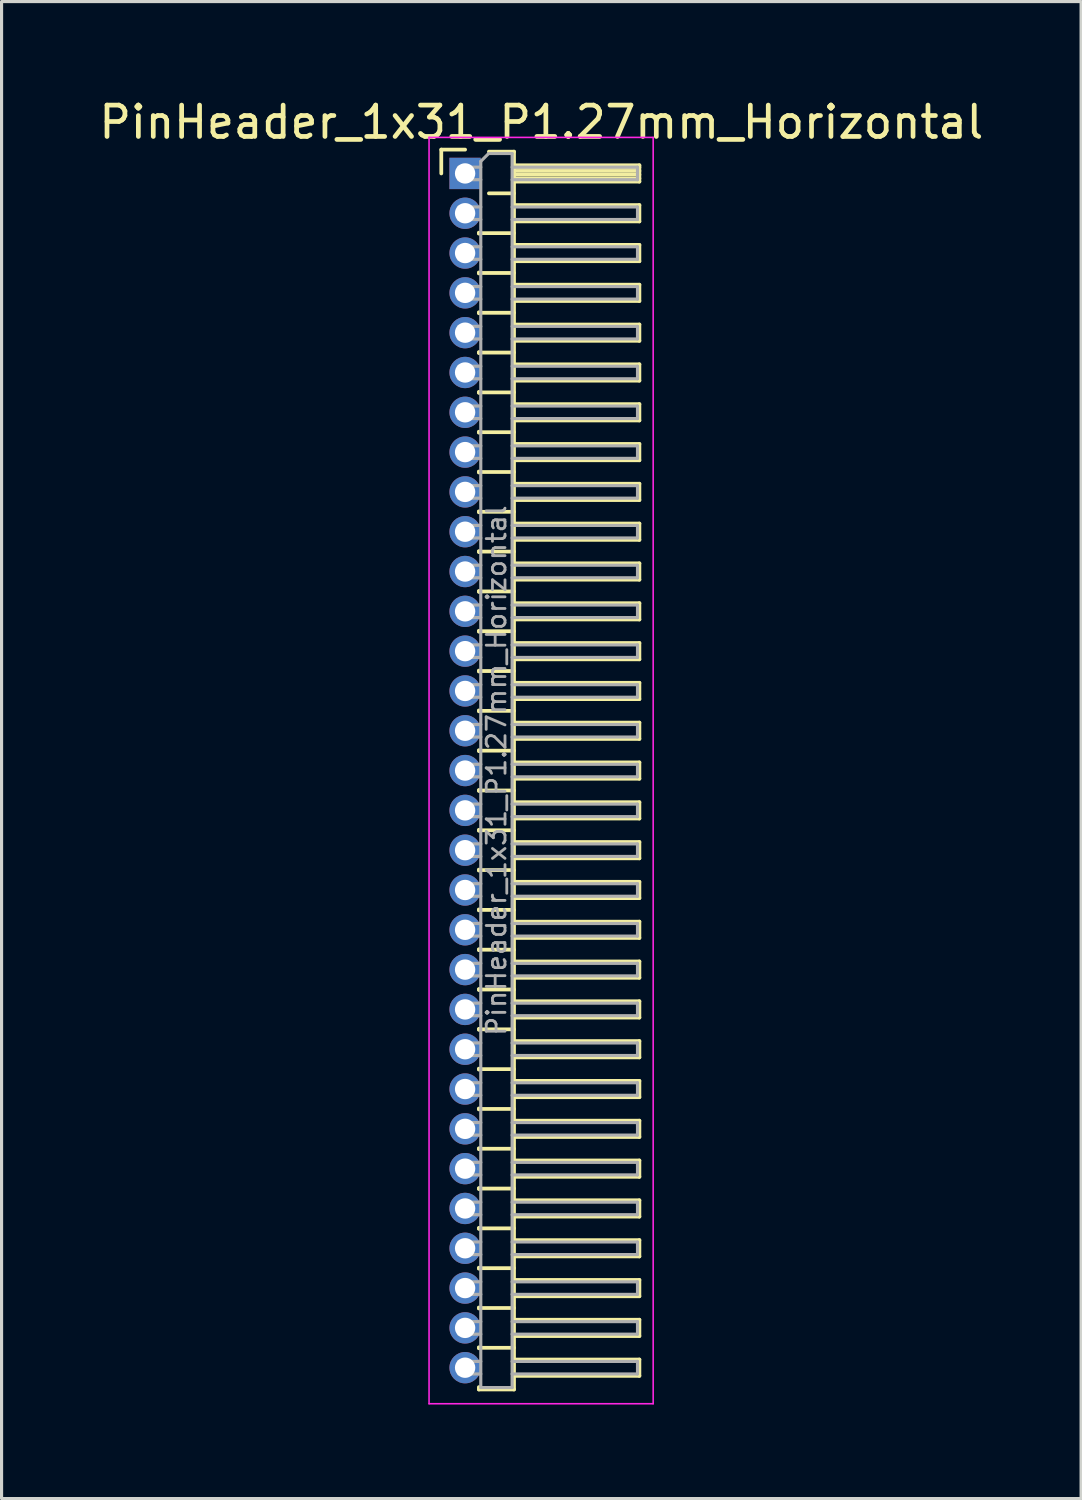
<source format=kicad_pcb>
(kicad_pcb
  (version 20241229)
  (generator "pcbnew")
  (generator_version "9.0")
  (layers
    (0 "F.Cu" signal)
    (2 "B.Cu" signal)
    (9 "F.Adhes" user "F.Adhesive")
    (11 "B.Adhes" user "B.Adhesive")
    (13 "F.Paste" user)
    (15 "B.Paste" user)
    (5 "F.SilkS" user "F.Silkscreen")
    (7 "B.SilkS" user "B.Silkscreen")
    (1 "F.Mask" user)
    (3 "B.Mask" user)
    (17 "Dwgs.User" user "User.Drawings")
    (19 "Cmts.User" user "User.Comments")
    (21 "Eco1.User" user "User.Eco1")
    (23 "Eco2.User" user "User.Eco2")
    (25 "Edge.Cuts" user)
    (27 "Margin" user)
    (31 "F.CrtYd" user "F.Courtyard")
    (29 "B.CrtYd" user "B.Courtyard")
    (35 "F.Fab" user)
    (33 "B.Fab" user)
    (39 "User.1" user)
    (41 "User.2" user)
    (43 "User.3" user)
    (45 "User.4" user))
  (footprint "PinHeader_1x31_P1.27mm_Horizontal"
    (layer "F.Cu")
    (at 11.788 2.483)
    (property "Reference" "PinHeader_1x31_P1.27mm_Horizontal" (at 2.433 -1.635 0) (layer "F.SilkS") (effects (font (size 1 1) (thickness 0.15))))
    (attr through_hole)
    (fp_line (start -0.76 -0.76) (end 0 -0.76) (stroke (width 0.12) (type solid)) (layer "F.SilkS"))
    (fp_line (start -0.76 0) (end -0.76 -0.76) (stroke (width 0.12) (type solid)) (layer "F.SilkS"))
    (fp_line (start 0.44 1.89) (end 0.44 1.92) (stroke (width 0.12) (type solid)) (layer "F.SilkS"))
    (fp_line (start 0.44 1.905) (end 1.56 1.905) (stroke (width 0.12) (type solid)) (layer "F.SilkS"))
    (fp_line (start 0.44 3.16) (end 0.44 3.19) (stroke (width 0.12) (type solid)) (layer "F.SilkS"))
    (fp_line (start 0.44 3.175) (end 1.56 3.175) (stroke (width 0.12) (type solid)) (layer "F.SilkS"))
    (fp_line (start 0.44 4.43) (end 0.44 4.46) (stroke (width 0.12) (type solid)) (layer "F.SilkS"))
    (fp_line (start 0.44 4.445) (end 1.56 4.445) (stroke (width 0.12) (type solid)) (layer "F.SilkS"))
    (fp_line (start 0.44 5.7) (end 0.44 5.73) (stroke (width 0.12) (type solid)) (layer "F.SilkS"))
    (fp_line (start 0.44 5.715) (end 1.56 5.715) (stroke (width 0.12) (type solid)) (layer "F.SilkS"))
    (fp_line (start 0.44 6.97) (end 0.44 7) (stroke (width 0.12) (type solid)) (layer "F.SilkS"))
    (fp_line (start 0.44 6.985) (end 1.56 6.985) (stroke (width 0.12) (type solid)) (layer "F.SilkS"))
    (fp_line (start 0.44 8.24) (end 0.44 8.27) (stroke (width 0.12) (type solid)) (layer "F.SilkS"))
    (fp_line (start 0.44 8.255) (end 1.56 8.255) (stroke (width 0.12) (type solid)) (layer "F.SilkS"))
    (fp_line (start 0.44 9.51) (end 0.44 9.54) (stroke (width 0.12) (type solid)) (layer "F.SilkS"))
    (fp_line (start 0.44 9.525) (end 1.56 9.525) (stroke (width 0.12) (type solid)) (layer "F.SilkS"))
    (fp_line (start 0.44 10.78) (end 0.44 10.81) (stroke (width 0.12) (type solid)) (layer "F.SilkS"))
    (fp_line (start 0.44 10.795) (end 1.56 10.795) (stroke (width 0.12) (type solid)) (layer "F.SilkS"))
    (fp_line (start 0.44 12.05) (end 0.44 12.08) (stroke (width 0.12) (type solid)) (layer "F.SilkS"))
    (fp_line (start 0.44 12.065) (end 1.56 12.065) (stroke (width 0.12) (type solid)) (layer "F.SilkS"))
    (fp_line (start 0.44 13.32) (end 0.44 13.35) (stroke (width 0.12) (type solid)) (layer "F.SilkS"))
    (fp_line (start 0.44 13.335) (end 1.56 13.335) (stroke (width 0.12) (type solid)) (layer "F.SilkS"))
    (fp_line (start 0.44 14.59) (end 0.44 14.62) (stroke (width 0.12) (type solid)) (layer "F.SilkS"))
    (fp_line (start 0.44 14.605) (end 1.56 14.605) (stroke (width 0.12) (type solid)) (layer "F.SilkS"))
    (fp_line (start 0.44 15.86) (end 0.44 15.89) (stroke (width 0.12) (type solid)) (layer "F.SilkS"))
    (fp_line (start 0.44 15.875) (end 1.56 15.875) (stroke (width 0.12) (type solid)) (layer "F.SilkS"))
    (fp_line (start 0.44 17.13) (end 0.44 17.16) (stroke (width 0.12) (type solid)) (layer "F.SilkS"))
    (fp_line (start 0.44 17.145) (end 1.56 17.145) (stroke (width 0.12) (type solid)) (layer "F.SilkS"))
    (fp_line (start 0.44 18.4) (end 0.44 18.43) (stroke (width 0.12) (type solid)) (layer "F.SilkS"))
    (fp_line (start 0.44 18.415) (end 1.56 18.415) (stroke (width 0.12) (type solid)) (layer "F.SilkS"))
    (fp_line (start 0.44 19.67) (end 0.44 19.7) (stroke (width 0.12) (type solid)) (layer "F.SilkS"))
    (fp_line (start 0.44 19.685) (end 1.56 19.685) (stroke (width 0.12) (type solid)) (layer "F.SilkS"))
    (fp_line (start 0.44 20.94) (end 0.44 20.97) (stroke (width 0.12) (type solid)) (layer "F.SilkS"))
    (fp_line (start 0.44 20.955) (end 1.56 20.955) (stroke (width 0.12) (type solid)) (layer "F.SilkS"))
    (fp_line (start 0.44 22.21) (end 0.44 22.24) (stroke (width 0.12) (type solid)) (layer "F.SilkS"))
    (fp_line (start 0.44 22.225) (end 1.56 22.225) (stroke (width 0.12) (type solid)) (layer "F.SilkS"))
    (fp_line (start 0.44 23.48) (end 0.44 23.51) (stroke (width 0.12) (type solid)) (layer "F.SilkS"))
    (fp_line (start 0.44 23.495) (end 1.56 23.495) (stroke (width 0.12) (type solid)) (layer "F.SilkS"))
    (fp_line (start 0.44 24.75) (end 0.44 24.78) (stroke (width 0.12) (type solid)) (layer "F.SilkS"))
    (fp_line (start 0.44 24.765) (end 1.56 24.765) (stroke (width 0.12) (type solid)) (layer "F.SilkS"))
    (fp_line (start 0.44 26.02) (end 0.44 26.05) (stroke (width 0.12) (type solid)) (layer "F.SilkS"))
    (fp_line (start 0.44 26.035) (end 1.56 26.035) (stroke (width 0.12) (type solid)) (layer "F.SilkS"))
    (fp_line (start 0.44 27.29) (end 0.44 27.32) (stroke (width 0.12) (type solid)) (layer "F.SilkS"))
    (fp_line (start 0.44 27.305) (end 1.56 27.305) (stroke (width 0.12) (type solid)) (layer "F.SilkS"))
    (fp_line (start 0.44 28.56) (end 0.44 28.59) (stroke (width 0.12) (type solid)) (layer "F.SilkS"))
    (fp_line (start 0.44 28.575) (end 1.56 28.575) (stroke (width 0.12) (type solid)) (layer "F.SilkS"))
    (fp_line (start 0.44 29.83) (end 0.44 29.86) (stroke (width 0.12) (type solid)) (layer "F.SilkS"))
    (fp_line (start 0.44 29.845) (end 1.56 29.845) (stroke (width 0.12) (type solid)) (layer "F.SilkS"))
    (fp_line (start 0.44 31.1) (end 0.44 31.13) (stroke (width 0.12) (type solid)) (layer "F.SilkS"))
    (fp_line (start 0.44 31.115) (end 1.56 31.115) (stroke (width 0.12) (type solid)) (layer "F.SilkS"))
    (fp_line (start 0.44 32.37) (end 0.44 32.4) (stroke (width 0.12) (type solid)) (layer "F.SilkS"))
    (fp_line (start 0.44 32.385) (end 1.56 32.385) (stroke (width 0.12) (type solid)) (layer "F.SilkS"))
    (fp_line (start 0.44 33.64) (end 0.44 33.67) (stroke (width 0.12) (type solid)) (layer "F.SilkS"))
    (fp_line (start 0.44 33.655) (end 1.56 33.655) (stroke (width 0.12) (type solid)) (layer "F.SilkS"))
    (fp_line (start 0.44 34.91) (end 0.44 34.94) (stroke (width 0.12) (type solid)) (layer "F.SilkS"))
    (fp_line (start 0.44 34.925) (end 1.56 34.925) (stroke (width 0.12) (type solid)) (layer "F.SilkS"))
    (fp_line (start 0.44 36.18) (end 0.44 36.21) (stroke (width 0.12) (type solid)) (layer "F.SilkS"))
    (fp_line (start 0.44 36.195) (end 1.56 36.195) (stroke (width 0.12) (type solid)) (layer "F.SilkS"))
    (fp_line (start 0.44 37.45) (end 0.44 37.48) (stroke (width 0.12) (type solid)) (layer "F.SilkS"))
    (fp_line (start 0.44 37.465) (end 1.56 37.465) (stroke (width 0.12) (type solid)) (layer "F.SilkS"))
    (fp_line (start 0.44 38.795) (end 0.44 38.72) (stroke (width 0.12) (type solid)) (layer "F.SilkS"))
    (fp_line (start 0.76 -0.695) (end 1.56 -0.695) (stroke (width 0.12) (type solid)) (layer "F.SilkS"))
    (fp_line (start 0.76 0.635) (end 1.56 0.635) (stroke (width 0.12) (type solid)) (layer "F.SilkS"))
    (fp_line (start 1.56 -0.695) (end 1.56 38.795) (stroke (width 0.12) (type solid)) (layer "F.SilkS"))
    (fp_line (start 1.56 -0.26) (end 5.56 -0.26) (stroke (width 0.12) (type solid)) (layer "F.SilkS"))
    (fp_line (start 1.56 -0.2) (end 5.56 -0.2) (stroke (width 0.12) (type solid)) (layer "F.SilkS"))
    (fp_line (start 1.56 -0.08) (end 5.56 -0.08) (stroke (width 0.12) (type solid)) (layer "F.SilkS"))
    (fp_line (start 1.56 0.04) (end 5.56 0.04) (stroke (width 0.12) (type solid)) (layer "F.SilkS"))
    (fp_line (start 1.56 0.16) (end 5.56 0.16) (stroke (width 0.12) (type solid)) (layer "F.SilkS"))
    (fp_line (start 1.56 1.01) (end 5.56 1.01) (stroke (width 0.12) (type solid)) (layer "F.SilkS"))
    (fp_line (start 1.56 2.28) (end 5.56 2.28) (stroke (width 0.12) (type solid)) (layer "F.SilkS"))
    (fp_line (start 1.56 3.55) (end 5.56 3.55) (stroke (width 0.12) (type solid)) (layer "F.SilkS"))
    (fp_line (start 1.56 4.82) (end 5.56 4.82) (stroke (width 0.12) (type solid)) (layer "F.SilkS"))
    (fp_line (start 1.56 6.09) (end 5.56 6.09) (stroke (width 0.12) (type solid)) (layer "F.SilkS"))
    (fp_line (start 1.56 7.36) (end 5.56 7.36) (stroke (width 0.12) (type solid)) (layer "F.SilkS"))
    (fp_line (start 1.56 8.63) (end 5.56 8.63) (stroke (width 0.12) (type solid)) (layer "F.SilkS"))
    (fp_line (start 1.56 9.9) (end 5.56 9.9) (stroke (width 0.12) (type solid)) (layer "F.SilkS"))
    (fp_line (start 1.56 11.17) (end 5.56 11.17) (stroke (width 0.12) (type solid)) (layer "F.SilkS"))
    (fp_line (start 1.56 12.44) (end 5.56 12.44) (stroke (width 0.12) (type solid)) (layer "F.SilkS"))
    (fp_line (start 1.56 13.71) (end 5.56 13.71) (stroke (width 0.12) (type solid)) (layer "F.SilkS"))
    (fp_line (start 1.56 14.98) (end 5.56 14.98) (stroke (width 0.12) (type solid)) (layer "F.SilkS"))
    (fp_line (start 1.56 16.25) (end 5.56 16.25) (stroke (width 0.12) (type solid)) (layer "F.SilkS"))
    (fp_line (start 1.56 17.52) (end 5.56 17.52) (stroke (width 0.12) (type solid)) (layer "F.SilkS"))
    (fp_line (start 1.56 18.79) (end 5.56 18.79) (stroke (width 0.12) (type solid)) (layer "F.SilkS"))
    (fp_line (start 1.56 20.06) (end 5.56 20.06) (stroke (width 0.12) (type solid)) (layer "F.SilkS"))
    (fp_line (start 1.56 21.33) (end 5.56 21.33) (stroke (width 0.12) (type solid)) (layer "F.SilkS"))
    (fp_line (start 1.56 22.6) (end 5.56 22.6) (stroke (width 0.12) (type solid)) (layer "F.SilkS"))
    (fp_line (start 1.56 23.87) (end 5.56 23.87) (stroke (width 0.12) (type solid)) (layer "F.SilkS"))
    (fp_line (start 1.56 25.14) (end 5.56 25.14) (stroke (width 0.12) (type solid)) (layer "F.SilkS"))
    (fp_line (start 1.56 26.41) (end 5.56 26.41) (stroke (width 0.12) (type solid)) (layer "F.SilkS"))
    (fp_line (start 1.56 27.68) (end 5.56 27.68) (stroke (width 0.12) (type solid)) (layer "F.SilkS"))
    (fp_line (start 1.56 28.95) (end 5.56 28.95) (stroke (width 0.12) (type solid)) (layer "F.SilkS"))
    (fp_line (start 1.56 30.22) (end 5.56 30.22) (stroke (width 0.12) (type solid)) (layer "F.SilkS"))
    (fp_line (start 1.56 31.49) (end 5.56 31.49) (stroke (width 0.12) (type solid)) (layer "F.SilkS"))
    (fp_line (start 1.56 32.76) (end 5.56 32.76) (stroke (width 0.12) (type solid)) (layer "F.SilkS"))
    (fp_line (start 1.56 34.03) (end 5.56 34.03) (stroke (width 0.12) (type solid)) (layer "F.SilkS"))
    (fp_line (start 1.56 35.3) (end 5.56 35.3) (stroke (width 0.12) (type solid)) (layer "F.SilkS"))
    (fp_line (start 1.56 36.57) (end 5.56 36.57) (stroke (width 0.12) (type solid)) (layer "F.SilkS"))
    (fp_line (start 1.56 37.84) (end 5.56 37.84) (stroke (width 0.12) (type solid)) (layer "F.SilkS"))
    (fp_line (start 1.56 38.795) (end 0.44 38.795) (stroke (width 0.12) (type solid)) (layer "F.SilkS"))
    (fp_line (start 5.56 -0.26) (end 5.56 0.26) (stroke (width 0.12) (type solid)) (layer "F.SilkS"))
    (fp_line (start 5.56 0.26) (end 1.56 0.26) (stroke (width 0.12) (type solid)) (layer "F.SilkS"))
    (fp_line (start 5.56 1.01) (end 5.56 1.53) (stroke (width 0.12) (type solid)) (layer "F.SilkS"))
    (fp_line (start 5.56 1.53) (end 1.56 1.53) (stroke (width 0.12) (type solid)) (layer "F.SilkS"))
    (fp_line (start 5.56 2.28) (end 5.56 2.8) (stroke (width 0.12) (type solid)) (layer "F.SilkS"))
    (fp_line (start 5.56 2.8) (end 1.56 2.8) (stroke (width 0.12) (type solid)) (layer "F.SilkS"))
    (fp_line (start 5.56 3.55) (end 5.56 4.07) (stroke (width 0.12) (type solid)) (layer "F.SilkS"))
    (fp_line (start 5.56 4.07) (end 1.56 4.07) (stroke (width 0.12) (type solid)) (layer "F.SilkS"))
    (fp_line (start 5.56 4.82) (end 5.56 5.34) (stroke (width 0.12) (type solid)) (layer "F.SilkS"))
    (fp_line (start 5.56 5.34) (end 1.56 5.34) (stroke (width 0.12) (type solid)) (layer "F.SilkS"))
    (fp_line (start 5.56 6.09) (end 5.56 6.61) (stroke (width 0.12) (type solid)) (layer "F.SilkS"))
    (fp_line (start 5.56 6.61) (end 1.56 6.61) (stroke (width 0.12) (type solid)) (layer "F.SilkS"))
    (fp_line (start 5.56 7.36) (end 5.56 7.88) (stroke (width 0.12) (type solid)) (layer "F.SilkS"))
    (fp_line (start 5.56 7.88) (end 1.56 7.88) (stroke (width 0.12) (type solid)) (layer "F.SilkS"))
    (fp_line (start 5.56 8.63) (end 5.56 9.15) (stroke (width 0.12) (type solid)) (layer "F.SilkS"))
    (fp_line (start 5.56 9.15) (end 1.56 9.15) (stroke (width 0.12) (type solid)) (layer "F.SilkS"))
    (fp_line (start 5.56 9.9) (end 5.56 10.42) (stroke (width 0.12) (type solid)) (layer "F.SilkS"))
    (fp_line (start 5.56 10.42) (end 1.56 10.42) (stroke (width 0.12) (type solid)) (layer "F.SilkS"))
    (fp_line (start 5.56 11.17) (end 5.56 11.69) (stroke (width 0.12) (type solid)) (layer "F.SilkS"))
    (fp_line (start 5.56 11.69) (end 1.56 11.69) (stroke (width 0.12) (type solid)) (layer "F.SilkS"))
    (fp_line (start 5.56 12.44) (end 5.56 12.96) (stroke (width 0.12) (type solid)) (layer "F.SilkS"))
    (fp_line (start 5.56 12.96) (end 1.56 12.96) (stroke (width 0.12) (type solid)) (layer "F.SilkS"))
    (fp_line (start 5.56 13.71) (end 5.56 14.23) (stroke (width 0.12) (type solid)) (layer "F.SilkS"))
    (fp_line (start 5.56 14.23) (end 1.56 14.23) (stroke (width 0.12) (type solid)) (layer "F.SilkS"))
    (fp_line (start 5.56 14.98) (end 5.56 15.5) (stroke (width 0.12) (type solid)) (layer "F.SilkS"))
    (fp_line (start 5.56 15.5) (end 1.56 15.5) (stroke (width 0.12) (type solid)) (layer "F.SilkS"))
    (fp_line (start 5.56 16.25) (end 5.56 16.77) (stroke (width 0.12) (type solid)) (layer "F.SilkS"))
    (fp_line (start 5.56 16.77) (end 1.56 16.77) (stroke (width 0.12) (type solid)) (layer "F.SilkS"))
    (fp_line (start 5.56 17.52) (end 5.56 18.04) (stroke (width 0.12) (type solid)) (layer "F.SilkS"))
    (fp_line (start 5.56 18.04) (end 1.56 18.04) (stroke (width 0.12) (type solid)) (layer "F.SilkS"))
    (fp_line (start 5.56 18.79) (end 5.56 19.31) (stroke (width 0.12) (type solid)) (layer "F.SilkS"))
    (fp_line (start 5.56 19.31) (end 1.56 19.31) (stroke (width 0.12) (type solid)) (layer "F.SilkS"))
    (fp_line (start 5.56 20.06) (end 5.56 20.58) (stroke (width 0.12) (type solid)) (layer "F.SilkS"))
    (fp_line (start 5.56 20.58) (end 1.56 20.58) (stroke (width 0.12) (type solid)) (layer "F.SilkS"))
    (fp_line (start 5.56 21.33) (end 5.56 21.85) (stroke (width 0.12) (type solid)) (layer "F.SilkS"))
    (fp_line (start 5.56 21.85) (end 1.56 21.85) (stroke (width 0.12) (type solid)) (layer "F.SilkS"))
    (fp_line (start 5.56 22.6) (end 5.56 23.12) (stroke (width 0.12) (type solid)) (layer "F.SilkS"))
    (fp_line (start 5.56 23.12) (end 1.56 23.12) (stroke (width 0.12) (type solid)) (layer "F.SilkS"))
    (fp_line (start 5.56 23.87) (end 5.56 24.39) (stroke (width 0.12) (type solid)) (layer "F.SilkS"))
    (fp_line (start 5.56 24.39) (end 1.56 24.39) (stroke (width 0.12) (type solid)) (layer "F.SilkS"))
    (fp_line (start 5.56 25.14) (end 5.56 25.66) (stroke (width 0.12) (type solid)) (layer "F.SilkS"))
    (fp_line (start 5.56 25.66) (end 1.56 25.66) (stroke (width 0.12) (type solid)) (layer "F.SilkS"))
    (fp_line (start 5.56 26.41) (end 5.56 26.93) (stroke (width 0.12) (type solid)) (layer "F.SilkS"))
    (fp_line (start 5.56 26.93) (end 1.56 26.93) (stroke (width 0.12) (type solid)) (layer "F.SilkS"))
    (fp_line (start 5.56 27.68) (end 5.56 28.2) (stroke (width 0.12) (type solid)) (layer "F.SilkS"))
    (fp_line (start 5.56 28.2) (end 1.56 28.2) (stroke (width 0.12) (type solid)) (layer "F.SilkS"))
    (fp_line (start 5.56 28.95) (end 5.56 29.47) (stroke (width 0.12) (type solid)) (layer "F.SilkS"))
    (fp_line (start 5.56 29.47) (end 1.56 29.47) (stroke (width 0.12) (type solid)) (layer "F.SilkS"))
    (fp_line (start 5.56 30.22) (end 5.56 30.74) (stroke (width 0.12) (type solid)) (layer "F.SilkS"))
    (fp_line (start 5.56 30.74) (end 1.56 30.74) (stroke (width 0.12) (type solid)) (layer "F.SilkS"))
    (fp_line (start 5.56 31.49) (end 5.56 32.01) (stroke (width 0.12) (type solid)) (layer "F.SilkS"))
    (fp_line (start 5.56 32.01) (end 1.56 32.01) (stroke (width 0.12) (type solid)) (layer "F.SilkS"))
    (fp_line (start 5.56 32.76) (end 5.56 33.28) (stroke (width 0.12) (type solid)) (layer "F.SilkS"))
    (fp_line (start 5.56 33.28) (end 1.56 33.28) (stroke (width 0.12) (type solid)) (layer "F.SilkS"))
    (fp_line (start 5.56 34.03) (end 5.56 34.55) (stroke (width 0.12) (type solid)) (layer "F.SilkS"))
    (fp_line (start 5.56 34.55) (end 1.56 34.55) (stroke (width 0.12) (type solid)) (layer "F.SilkS"))
    (fp_line (start 5.56 35.3) (end 5.56 35.82) (stroke (width 0.12) (type solid)) (layer "F.SilkS"))
    (fp_line (start 5.56 35.82) (end 1.56 35.82) (stroke (width 0.12) (type solid)) (layer "F.SilkS"))
    (fp_line (start 5.56 36.57) (end 5.56 37.09) (stroke (width 0.12) (type solid)) (layer "F.SilkS"))
    (fp_line (start 5.56 37.09) (end 1.56 37.09) (stroke (width 0.12) (type solid)) (layer "F.SilkS"))
    (fp_line (start 5.56 37.84) (end 5.56 38.36) (stroke (width 0.12) (type solid)) (layer "F.SilkS"))
    (fp_line (start 5.56 38.36) (end 1.56 38.36) (stroke (width 0.12) (type solid)) (layer "F.SilkS"))
    (fp_line (start -1.15 -1.15) (end -1.15 39.25) (stroke (width 0.05) (type solid)) (layer "F.CrtYd"))
    (fp_line (start -1.15 39.25) (end 6 39.25) (stroke (width 0.05) (type solid)) (layer "F.CrtYd"))
    (fp_line (start 6 -1.15) (end -1.15 -1.15) (stroke (width 0.05) (type solid)) (layer "F.CrtYd"))
    (fp_line (start 6 39.25) (end 6 -1.15) (stroke (width 0.05) (type solid)) (layer "F.CrtYd"))
    (fp_line (start -0.2 -0.2) (end -0.2 0.2) (stroke (width 0.1) (type solid)) (layer "F.Fab"))
    (fp_line (start -0.2 -0.2) (end 0.5 -0.2) (stroke (width 0.1) (type solid)) (layer "F.Fab"))
    (fp_line (start -0.2 0.2) (end 0.5 0.2) (stroke (width 0.1) (type solid)) (layer "F.Fab"))
    (fp_line (start -0.2 1.07) (end -0.2 1.47) (stroke (width 0.1) (type solid)) (layer "F.Fab"))
    (fp_line (start -0.2 1.07) (end 0.5 1.07) (stroke (width 0.1) (type solid)) (layer "F.Fab"))
    (fp_line (start -0.2 1.47) (end 0.5 1.47) (stroke (width 0.1) (type solid)) (layer "F.Fab"))
    (fp_line (start -0.2 2.34) (end -0.2 2.74) (stroke (width 0.1) (type solid)) (layer "F.Fab"))
    (fp_line (start -0.2 2.34) (end 0.5 2.34) (stroke (width 0.1) (type solid)) (layer "F.Fab"))
    (fp_line (start -0.2 2.74) (end 0.5 2.74) (stroke (width 0.1) (type solid)) (layer "F.Fab"))
    (fp_line (start -0.2 3.61) (end -0.2 4.01) (stroke (width 0.1) (type solid)) (layer "F.Fab"))
    (fp_line (start -0.2 3.61) (end 0.5 3.61) (stroke (width 0.1) (type solid)) (layer "F.Fab"))
    (fp_line (start -0.2 4.01) (end 0.5 4.01) (stroke (width 0.1) (type solid)) (layer "F.Fab"))
    (fp_line (start -0.2 4.88) (end -0.2 5.28) (stroke (width 0.1) (type solid)) (layer "F.Fab"))
    (fp_line (start -0.2 4.88) (end 0.5 4.88) (stroke (width 0.1) (type solid)) (layer "F.Fab"))
    (fp_line (start -0.2 5.28) (end 0.5 5.28) (stroke (width 0.1) (type solid)) (layer "F.Fab"))
    (fp_line (start -0.2 6.15) (end -0.2 6.55) (stroke (width 0.1) (type solid)) (layer "F.Fab"))
    (fp_line (start -0.2 6.15) (end 0.5 6.15) (stroke (width 0.1) (type solid)) (layer "F.Fab"))
    (fp_line (start -0.2 6.55) (end 0.5 6.55) (stroke (width 0.1) (type solid)) (layer "F.Fab"))
    (fp_line (start -0.2 7.42) (end -0.2 7.82) (stroke (width 0.1) (type solid)) (layer "F.Fab"))
    (fp_line (start -0.2 7.42) (end 0.5 7.42) (stroke (width 0.1) (type solid)) (layer "F.Fab"))
    (fp_line (start -0.2 7.82) (end 0.5 7.82) (stroke (width 0.1) (type solid)) (layer "F.Fab"))
    (fp_line (start -0.2 8.69) (end -0.2 9.09) (stroke (width 0.1) (type solid)) (layer "F.Fab"))
    (fp_line (start -0.2 8.69) (end 0.5 8.69) (stroke (width 0.1) (type solid)) (layer "F.Fab"))
    (fp_line (start -0.2 9.09) (end 0.5 9.09) (stroke (width 0.1) (type solid)) (layer "F.Fab"))
    (fp_line (start -0.2 9.96) (end -0.2 10.36) (stroke (width 0.1) (type solid)) (layer "F.Fab"))
    (fp_line (start -0.2 9.96) (end 0.5 9.96) (stroke (width 0.1) (type solid)) (layer "F.Fab"))
    (fp_line (start -0.2 10.36) (end 0.5 10.36) (stroke (width 0.1) (type solid)) (layer "F.Fab"))
    (fp_line (start -0.2 11.23) (end -0.2 11.63) (stroke (width 0.1) (type solid)) (layer "F.Fab"))
    (fp_line (start -0.2 11.23) (end 0.5 11.23) (stroke (width 0.1) (type solid)) (layer "F.Fab"))
    (fp_line (start -0.2 11.63) (end 0.5 11.63) (stroke (width 0.1) (type solid)) (layer "F.Fab"))
    (fp_line (start -0.2 12.5) (end -0.2 12.9) (stroke (width 0.1) (type solid)) (layer "F.Fab"))
    (fp_line (start -0.2 12.5) (end 0.5 12.5) (stroke (width 0.1) (type solid)) (layer "F.Fab"))
    (fp_line (start -0.2 12.9) (end 0.5 12.9) (stroke (width 0.1) (type solid)) (layer "F.Fab"))
    (fp_line (start -0.2 13.77) (end -0.2 14.17) (stroke (width 0.1) (type solid)) (layer "F.Fab"))
    (fp_line (start -0.2 13.77) (end 0.5 13.77) (stroke (width 0.1) (type solid)) (layer "F.Fab"))
    (fp_line (start -0.2 14.17) (end 0.5 14.17) (stroke (width 0.1) (type solid)) (layer "F.Fab"))
    (fp_line (start -0.2 15.04) (end -0.2 15.44) (stroke (width 0.1) (type solid)) (layer "F.Fab"))
    (fp_line (start -0.2 15.04) (end 0.5 15.04) (stroke (width 0.1) (type solid)) (layer "F.Fab"))
    (fp_line (start -0.2 15.44) (end 0.5 15.44) (stroke (width 0.1) (type solid)) (layer "F.Fab"))
    (fp_line (start -0.2 16.31) (end -0.2 16.71) (stroke (width 0.1) (type solid)) (layer "F.Fab"))
    (fp_line (start -0.2 16.31) (end 0.5 16.31) (stroke (width 0.1) (type solid)) (layer "F.Fab"))
    (fp_line (start -0.2 16.71) (end 0.5 16.71) (stroke (width 0.1) (type solid)) (layer "F.Fab"))
    (fp_line (start -0.2 17.58) (end -0.2 17.98) (stroke (width 0.1) (type solid)) (layer "F.Fab"))
    (fp_line (start -0.2 17.58) (end 0.5 17.58) (stroke (width 0.1) (type solid)) (layer "F.Fab"))
    (fp_line (start -0.2 17.98) (end 0.5 17.98) (stroke (width 0.1) (type solid)) (layer "F.Fab"))
    (fp_line (start -0.2 18.85) (end -0.2 19.25) (stroke (width 0.1) (type solid)) (layer "F.Fab"))
    (fp_line (start -0.2 18.85) (end 0.5 18.85) (stroke (width 0.1) (type solid)) (layer "F.Fab"))
    (fp_line (start -0.2 19.25) (end 0.5 19.25) (stroke (width 0.1) (type solid)) (layer "F.Fab"))
    (fp_line (start -0.2 20.12) (end -0.2 20.52) (stroke (width 0.1) (type solid)) (layer "F.Fab"))
    (fp_line (start -0.2 20.12) (end 0.5 20.12) (stroke (width 0.1) (type solid)) (layer "F.Fab"))
    (fp_line (start -0.2 20.52) (end 0.5 20.52) (stroke (width 0.1) (type solid)) (layer "F.Fab"))
    (fp_line (start -0.2 21.39) (end -0.2 21.79) (stroke (width 0.1) (type solid)) (layer "F.Fab"))
    (fp_line (start -0.2 21.39) (end 0.5 21.39) (stroke (width 0.1) (type solid)) (layer "F.Fab"))
    (fp_line (start -0.2 21.79) (end 0.5 21.79) (stroke (width 0.1) (type solid)) (layer "F.Fab"))
    (fp_line (start -0.2 22.66) (end -0.2 23.06) (stroke (width 0.1) (type solid)) (layer "F.Fab"))
    (fp_line (start -0.2 22.66) (end 0.5 22.66) (stroke (width 0.1) (type solid)) (layer "F.Fab"))
    (fp_line (start -0.2 23.06) (end 0.5 23.06) (stroke (width 0.1) (type solid)) (layer "F.Fab"))
    (fp_line (start -0.2 23.93) (end -0.2 24.33) (stroke (width 0.1) (type solid)) (layer "F.Fab"))
    (fp_line (start -0.2 23.93) (end 0.5 23.93) (stroke (width 0.1) (type solid)) (layer "F.Fab"))
    (fp_line (start -0.2 24.33) (end 0.5 24.33) (stroke (width 0.1) (type solid)) (layer "F.Fab"))
    (fp_line (start -0.2 25.2) (end -0.2 25.6) (stroke (width 0.1) (type solid)) (layer "F.Fab"))
    (fp_line (start -0.2 25.2) (end 0.5 25.2) (stroke (width 0.1) (type solid)) (layer "F.Fab"))
    (fp_line (start -0.2 25.6) (end 0.5 25.6) (stroke (width 0.1) (type solid)) (layer "F.Fab"))
    (fp_line (start -0.2 26.47) (end -0.2 26.87) (stroke (width 0.1) (type solid)) (layer "F.Fab"))
    (fp_line (start -0.2 26.47) (end 0.5 26.47) (stroke (width 0.1) (type solid)) (layer "F.Fab"))
    (fp_line (start -0.2 26.87) (end 0.5 26.87) (stroke (width 0.1) (type solid)) (layer "F.Fab"))
    (fp_line (start -0.2 27.74) (end -0.2 28.14) (stroke (width 0.1) (type solid)) (layer "F.Fab"))
    (fp_line (start -0.2 27.74) (end 0.5 27.74) (stroke (width 0.1) (type solid)) (layer "F.Fab"))
    (fp_line (start -0.2 28.14) (end 0.5 28.14) (stroke (width 0.1) (type solid)) (layer "F.Fab"))
    (fp_line (start -0.2 29.01) (end -0.2 29.41) (stroke (width 0.1) (type solid)) (layer "F.Fab"))
    (fp_line (start -0.2 29.01) (end 0.5 29.01) (stroke (width 0.1) (type solid)) (layer "F.Fab"))
    (fp_line (start -0.2 29.41) (end 0.5 29.41) (stroke (width 0.1) (type solid)) (layer "F.Fab"))
    (fp_line (start -0.2 30.28) (end -0.2 30.68) (stroke (width 0.1) (type solid)) (layer "F.Fab"))
    (fp_line (start -0.2 30.28) (end 0.5 30.28) (stroke (width 0.1) (type solid)) (layer "F.Fab"))
    (fp_line (start -0.2 30.68) (end 0.5 30.68) (stroke (width 0.1) (type solid)) (layer "F.Fab"))
    (fp_line (start -0.2 31.55) (end -0.2 31.95) (stroke (width 0.1) (type solid)) (layer "F.Fab"))
    (fp_line (start -0.2 31.55) (end 0.5 31.55) (stroke (width 0.1) (type solid)) (layer "F.Fab"))
    (fp_line (start -0.2 31.95) (end 0.5 31.95) (stroke (width 0.1) (type solid)) (layer "F.Fab"))
    (fp_line (start -0.2 32.82) (end -0.2 33.22) (stroke (width 0.1) (type solid)) (layer "F.Fab"))
    (fp_line (start -0.2 32.82) (end 0.5 32.82) (stroke (width 0.1) (type solid)) (layer "F.Fab"))
    (fp_line (start -0.2 33.22) (end 0.5 33.22) (stroke (width 0.1) (type solid)) (layer "F.Fab"))
    (fp_line (start -0.2 34.09) (end -0.2 34.49) (stroke (width 0.1) (type solid)) (layer "F.Fab"))
    (fp_line (start -0.2 34.09) (end 0.5 34.09) (stroke (width 0.1) (type solid)) (layer "F.Fab"))
    (fp_line (start -0.2 34.49) (end 0.5 34.49) (stroke (width 0.1) (type solid)) (layer "F.Fab"))
    (fp_line (start -0.2 35.36) (end -0.2 35.76) (stroke (width 0.1) (type solid)) (layer "F.Fab"))
    (fp_line (start -0.2 35.36) (end 0.5 35.36) (stroke (width 0.1) (type solid)) (layer "F.Fab"))
    (fp_line (start -0.2 35.76) (end 0.5 35.76) (stroke (width 0.1) (type solid)) (layer "F.Fab"))
    (fp_line (start -0.2 36.63) (end -0.2 37.03) (stroke (width 0.1) (type solid)) (layer "F.Fab"))
    (fp_line (start -0.2 36.63) (end 0.5 36.63) (stroke (width 0.1) (type solid)) (layer "F.Fab"))
    (fp_line (start -0.2 37.03) (end 0.5 37.03) (stroke (width 0.1) (type solid)) (layer "F.Fab"))
    (fp_line (start -0.2 37.9) (end -0.2 38.3) (stroke (width 0.1) (type solid)) (layer "F.Fab"))
    (fp_line (start -0.2 37.9) (end 0.5 37.9) (stroke (width 0.1) (type solid)) (layer "F.Fab"))
    (fp_line (start -0.2 38.3) (end 0.5 38.3) (stroke (width 0.1) (type solid)) (layer "F.Fab"))
    (fp_line (start 0.5 -0.385) (end 0.75 -0.635) (stroke (width 0.1) (type solid)) (layer "F.Fab"))
    (fp_line (start 0.5 38.735) (end 0.5 -0.385) (stroke (width 0.1) (type solid)) (layer "F.Fab"))
    (fp_line (start 0.75 -0.635) (end 1.5 -0.635) (stroke (width 0.1) (type solid)) (layer "F.Fab"))
    (fp_line (start 1.5 -0.635) (end 1.5 38.735) (stroke (width 0.1) (type solid)) (layer "F.Fab"))
    (fp_line (start 1.5 -0.2) (end 5.5 -0.2) (stroke (width 0.1) (type solid)) (layer "F.Fab"))
    (fp_line (start 1.5 0.2) (end 5.5 0.2) (stroke (width 0.1) (type solid)) (layer "F.Fab"))
    (fp_line (start 1.5 1.07) (end 5.5 1.07) (stroke (width 0.1) (type solid)) (layer "F.Fab"))
    (fp_line (start 1.5 1.47) (end 5.5 1.47) (stroke (width 0.1) (type solid)) (layer "F.Fab"))
    (fp_line (start 1.5 2.34) (end 5.5 2.34) (stroke (width 0.1) (type solid)) (layer "F.Fab"))
    (fp_line (start 1.5 2.74) (end 5.5 2.74) (stroke (width 0.1) (type solid)) (layer "F.Fab"))
    (fp_line (start 1.5 3.61) (end 5.5 3.61) (stroke (width 0.1) (type solid)) (layer "F.Fab"))
    (fp_line (start 1.5 4.01) (end 5.5 4.01) (stroke (width 0.1) (type solid)) (layer "F.Fab"))
    (fp_line (start 1.5 4.88) (end 5.5 4.88) (stroke (width 0.1) (type solid)) (layer "F.Fab"))
    (fp_line (start 1.5 5.28) (end 5.5 5.28) (stroke (width 0.1) (type solid)) (layer "F.Fab"))
    (fp_line (start 1.5 6.15) (end 5.5 6.15) (stroke (width 0.1) (type solid)) (layer "F.Fab"))
    (fp_line (start 1.5 6.55) (end 5.5 6.55) (stroke (width 0.1) (type solid)) (layer "F.Fab"))
    (fp_line (start 1.5 7.42) (end 5.5 7.42) (stroke (width 0.1) (type solid)) (layer "F.Fab"))
    (fp_line (start 1.5 7.82) (end 5.5 7.82) (stroke (width 0.1) (type solid)) (layer "F.Fab"))
    (fp_line (start 1.5 8.69) (end 5.5 8.69) (stroke (width 0.1) (type solid)) (layer "F.Fab"))
    (fp_line (start 1.5 9.09) (end 5.5 9.09) (stroke (width 0.1) (type solid)) (layer "F.Fab"))
    (fp_line (start 1.5 9.96) (end 5.5 9.96) (stroke (width 0.1) (type solid)) (layer "F.Fab"))
    (fp_line (start 1.5 10.36) (end 5.5 10.36) (stroke (width 0.1) (type solid)) (layer "F.Fab"))
    (fp_line (start 1.5 11.23) (end 5.5 11.23) (stroke (width 0.1) (type solid)) (layer "F.Fab"))
    (fp_line (start 1.5 11.63) (end 5.5 11.63) (stroke (width 0.1) (type solid)) (layer "F.Fab"))
    (fp_line (start 1.5 12.5) (end 5.5 12.5) (stroke (width 0.1) (type solid)) (layer "F.Fab"))
    (fp_line (start 1.5 12.9) (end 5.5 12.9) (stroke (width 0.1) (type solid)) (layer "F.Fab"))
    (fp_line (start 1.5 13.77) (end 5.5 13.77) (stroke (width 0.1) (type solid)) (layer "F.Fab"))
    (fp_line (start 1.5 14.17) (end 5.5 14.17) (stroke (width 0.1) (type solid)) (layer "F.Fab"))
    (fp_line (start 1.5 15.04) (end 5.5 15.04) (stroke (width 0.1) (type solid)) (layer "F.Fab"))
    (fp_line (start 1.5 15.44) (end 5.5 15.44) (stroke (width 0.1) (type solid)) (layer "F.Fab"))
    (fp_line (start 1.5 16.31) (end 5.5 16.31) (stroke (width 0.1) (type solid)) (layer "F.Fab"))
    (fp_line (start 1.5 16.71) (end 5.5 16.71) (stroke (width 0.1) (type solid)) (layer "F.Fab"))
    (fp_line (start 1.5 17.58) (end 5.5 17.58) (stroke (width 0.1) (type solid)) (layer "F.Fab"))
    (fp_line (start 1.5 17.98) (end 5.5 17.98) (stroke (width 0.1) (type solid)) (layer "F.Fab"))
    (fp_line (start 1.5 18.85) (end 5.5 18.85) (stroke (width 0.1) (type solid)) (layer "F.Fab"))
    (fp_line (start 1.5 19.25) (end 5.5 19.25) (stroke (width 0.1) (type solid)) (layer "F.Fab"))
    (fp_line (start 1.5 20.12) (end 5.5 20.12) (stroke (width 0.1) (type solid)) (layer "F.Fab"))
    (fp_line (start 1.5 20.52) (end 5.5 20.52) (stroke (width 0.1) (type solid)) (layer "F.Fab"))
    (fp_line (start 1.5 21.39) (end 5.5 21.39) (stroke (width 0.1) (type solid)) (layer "F.Fab"))
    (fp_line (start 1.5 21.79) (end 5.5 21.79) (stroke (width 0.1) (type solid)) (layer "F.Fab"))
    (fp_line (start 1.5 22.66) (end 5.5 22.66) (stroke (width 0.1) (type solid)) (layer "F.Fab"))
    (fp_line (start 1.5 23.06) (end 5.5 23.06) (stroke (width 0.1) (type solid)) (layer "F.Fab"))
    (fp_line (start 1.5 23.93) (end 5.5 23.93) (stroke (width 0.1) (type solid)) (layer "F.Fab"))
    (fp_line (start 1.5 24.33) (end 5.5 24.33) (stroke (width 0.1) (type solid)) (layer "F.Fab"))
    (fp_line (start 1.5 25.2) (end 5.5 25.2) (stroke (width 0.1) (type solid)) (layer "F.Fab"))
    (fp_line (start 1.5 25.6) (end 5.5 25.6) (stroke (width 0.1) (type solid)) (layer "F.Fab"))
    (fp_line (start 1.5 26.47) (end 5.5 26.47) (stroke (width 0.1) (type solid)) (layer "F.Fab"))
    (fp_line (start 1.5 26.87) (end 5.5 26.87) (stroke (width 0.1) (type solid)) (layer "F.Fab"))
    (fp_line (start 1.5 27.74) (end 5.5 27.74) (stroke (width 0.1) (type solid)) (layer "F.Fab"))
    (fp_line (start 1.5 28.14) (end 5.5 28.14) (stroke (width 0.1) (type solid)) (layer "F.Fab"))
    (fp_line (start 1.5 29.01) (end 5.5 29.01) (stroke (width 0.1) (type solid)) (layer "F.Fab"))
    (fp_line (start 1.5 29.41) (end 5.5 29.41) (stroke (width 0.1) (type solid)) (layer "F.Fab"))
    (fp_line (start 1.5 30.28) (end 5.5 30.28) (stroke (width 0.1) (type solid)) (layer "F.Fab"))
    (fp_line (start 1.5 30.68) (end 5.5 30.68) (stroke (width 0.1) (type solid)) (layer "F.Fab"))
    (fp_line (start 1.5 31.55) (end 5.5 31.55) (stroke (width 0.1) (type solid)) (layer "F.Fab"))
    (fp_line (start 1.5 31.95) (end 5.5 31.95) (stroke (width 0.1) (type solid)) (layer "F.Fab"))
    (fp_line (start 1.5 32.82) (end 5.5 32.82) (stroke (width 0.1) (type solid)) (layer "F.Fab"))
    (fp_line (start 1.5 33.22) (end 5.5 33.22) (stroke (width 0.1) (type solid)) (layer "F.Fab"))
    (fp_line (start 1.5 34.09) (end 5.5 34.09) (stroke (width 0.1) (type solid)) (layer "F.Fab"))
    (fp_line (start 1.5 34.49) (end 5.5 34.49) (stroke (width 0.1) (type solid)) (layer "F.Fab"))
    (fp_line (start 1.5 35.36) (end 5.5 35.36) (stroke (width 0.1) (type solid)) (layer "F.Fab"))
    (fp_line (start 1.5 35.76) (end 5.5 35.76) (stroke (width 0.1) (type solid)) (layer "F.Fab"))
    (fp_line (start 1.5 36.63) (end 5.5 36.63) (stroke (width 0.1) (type solid)) (layer "F.Fab"))
    (fp_line (start 1.5 37.03) (end 5.5 37.03) (stroke (width 0.1) (type solid)) (layer "F.Fab"))
    (fp_line (start 1.5 37.9) (end 5.5 37.9) (stroke (width 0.1) (type solid)) (layer "F.Fab"))
    (fp_line (start 1.5 38.3) (end 5.5 38.3) (stroke (width 0.1) (type solid)) (layer "F.Fab"))
    (fp_line (start 1.5 38.735) (end 0.5 38.735) (stroke (width 0.1) (type solid)) (layer "F.Fab"))
    (fp_line (start 5.5 -0.2) (end 5.5 0.2) (stroke (width 0.1) (type solid)) (layer "F.Fab"))
    (fp_line (start 5.5 1.07) (end 5.5 1.47) (stroke (width 0.1) (type solid)) (layer "F.Fab"))
    (fp_line (start 5.5 2.34) (end 5.5 2.74) (stroke (width 0.1) (type solid)) (layer "F.Fab"))
    (fp_line (start 5.5 3.61) (end 5.5 4.01) (stroke (width 0.1) (type solid)) (layer "F.Fab"))
    (fp_line (start 5.5 4.88) (end 5.5 5.28) (stroke (width 0.1) (type solid)) (layer "F.Fab"))
    (fp_line (start 5.5 6.15) (end 5.5 6.55) (stroke (width 0.1) (type solid)) (layer "F.Fab"))
    (fp_line (start 5.5 7.42) (end 5.5 7.82) (stroke (width 0.1) (type solid)) (layer "F.Fab"))
    (fp_line (start 5.5 8.69) (end 5.5 9.09) (stroke (width 0.1) (type solid)) (layer "F.Fab"))
    (fp_line (start 5.5 9.96) (end 5.5 10.36) (stroke (width 0.1) (type solid)) (layer "F.Fab"))
    (fp_line (start 5.5 11.23) (end 5.5 11.63) (stroke (width 0.1) (type solid)) (layer "F.Fab"))
    (fp_line (start 5.5 12.5) (end 5.5 12.9) (stroke (width 0.1) (type solid)) (layer "F.Fab"))
    (fp_line (start 5.5 13.77) (end 5.5 14.17) (stroke (width 0.1) (type solid)) (layer "F.Fab"))
    (fp_line (start 5.5 15.04) (end 5.5 15.44) (stroke (width 0.1) (type solid)) (layer "F.Fab"))
    (fp_line (start 5.5 16.31) (end 5.5 16.71) (stroke (width 0.1) (type solid)) (layer "F.Fab"))
    (fp_line (start 5.5 17.58) (end 5.5 17.98) (stroke (width 0.1) (type solid)) (layer "F.Fab"))
    (fp_line (start 5.5 18.85) (end 5.5 19.25) (stroke (width 0.1) (type solid)) (layer "F.Fab"))
    (fp_line (start 5.5 20.12) (end 5.5 20.52) (stroke (width 0.1) (type solid)) (layer "F.Fab"))
    (fp_line (start 5.5 21.39) (end 5.5 21.79) (stroke (width 0.1) (type solid)) (layer "F.Fab"))
    (fp_line (start 5.5 22.66) (end 5.5 23.06) (stroke (width 0.1) (type solid)) (layer "F.Fab"))
    (fp_line (start 5.5 23.93) (end 5.5 24.33) (stroke (width 0.1) (type solid)) (layer "F.Fab"))
    (fp_line (start 5.5 25.2) (end 5.5 25.6) (stroke (width 0.1) (type solid)) (layer "F.Fab"))
    (fp_line (start 5.5 26.47) (end 5.5 26.87) (stroke (width 0.1) (type solid)) (layer "F.Fab"))
    (fp_line (start 5.5 27.74) (end 5.5 28.14) (stroke (width 0.1) (type solid)) (layer "F.Fab"))
    (fp_line (start 5.5 29.01) (end 5.5 29.41) (stroke (width 0.1) (type solid)) (layer "F.Fab"))
    (fp_line (start 5.5 30.28) (end 5.5 30.68) (stroke (width 0.1) (type solid)) (layer "F.Fab"))
    (fp_line (start 5.5 31.55) (end 5.5 31.95) (stroke (width 0.1) (type solid)) (layer "F.Fab"))
    (fp_line (start 5.5 32.82) (end 5.5 33.22) (stroke (width 0.1) (type solid)) (layer "F.Fab"))
    (fp_line (start 5.5 34.09) (end 5.5 34.49) (stroke (width 0.1) (type solid)) (layer "F.Fab"))
    (fp_line (start 5.5 35.36) (end 5.5 35.76) (stroke (width 0.1) (type solid)) (layer "F.Fab"))
    (fp_line (start 5.5 36.63) (end 5.5 37.03) (stroke (width 0.1) (type solid)) (layer "F.Fab"))
    (fp_line (start 5.5 37.9) (end 5.5 38.3) (stroke (width 0.1) (type solid)) (layer "F.Fab"))
    (fp_text user "${REFERENCE}" (at 1 19.05 90) (layer "F.Fab") (effects (font (size 0.6 0.6) (thickness 0.09))))
    (pad "1" thru_hole rect (at 0 0) (size 1 1) (drill 0.65) (layers "*.Cu" "*.Mask"))
    (pad "2" thru_hole oval (at 0 1.27) (size 1 1) (drill 0.65) (layers "*.Cu" "*.Mask"))
    (pad "3" thru_hole oval (at 0 2.54) (size 1 1) (drill 0.65) (layers "*.Cu" "*.Mask"))
    (pad "4" thru_hole oval (at 0 3.81) (size 1 1) (drill 0.65) (layers "*.Cu" "*.Mask"))
    (pad "5" thru_hole oval (at 0 5.08) (size 1 1) (drill 0.65) (layers "*.Cu" "*.Mask"))
    (pad "6" thru_hole oval (at 0 6.35) (size 1 1) (drill 0.65) (layers "*.Cu" "*.Mask"))
    (pad "7" thru_hole oval (at 0 7.62) (size 1 1) (drill 0.65) (layers "*.Cu" "*.Mask"))
    (pad "8" thru_hole oval (at 0 8.89) (size 1 1) (drill 0.65) (layers "*.Cu" "*.Mask"))
    (pad "9" thru_hole oval (at 0 10.16) (size 1 1) (drill 0.65) (layers "*.Cu" "*.Mask"))
    (pad "10" thru_hole oval (at 0 11.43) (size 1 1) (drill 0.65) (layers "*.Cu" "*.Mask"))
    (pad "11" thru_hole oval (at 0 12.7) (size 1 1) (drill 0.65) (layers "*.Cu" "*.Mask"))
    (pad "12" thru_hole oval (at 0 13.97) (size 1 1) (drill 0.65) (layers "*.Cu" "*.Mask"))
    (pad "13" thru_hole oval (at 0 15.24) (size 1 1) (drill 0.65) (layers "*.Cu" "*.Mask"))
    (pad "14" thru_hole oval (at 0 16.51) (size 1 1) (drill 0.65) (layers "*.Cu" "*.Mask"))
    (pad "15" thru_hole oval (at 0 17.78) (size 1 1) (drill 0.65) (layers "*.Cu" "*.Mask"))
    (pad "16" thru_hole oval (at 0 19.05) (size 1 1) (drill 0.65) (layers "*.Cu" "*.Mask"))
    (pad "17" thru_hole oval (at 0 20.32) (size 1 1) (drill 0.65) (layers "*.Cu" "*.Mask"))
    (pad "18" thru_hole oval (at 0 21.59) (size 1 1) (drill 0.65) (layers "*.Cu" "*.Mask"))
    (pad "19" thru_hole oval (at 0 22.86) (size 1 1) (drill 0.65) (layers "*.Cu" "*.Mask"))
    (pad "20" thru_hole oval (at 0 24.13) (size 1 1) (drill 0.65) (layers "*.Cu" "*.Mask"))
    (pad "21" thru_hole oval (at 0 25.4) (size 1 1) (drill 0.65) (layers "*.Cu" "*.Mask"))
    (pad "22" thru_hole oval (at 0 26.67) (size 1 1) (drill 0.65) (layers "*.Cu" "*.Mask"))
    (pad "23" thru_hole oval (at 0 27.94) (size 1 1) (drill 0.65) (layers "*.Cu" "*.Mask"))
    (pad "24" thru_hole oval (at 0 29.21) (size 1 1) (drill 0.65) (layers "*.Cu" "*.Mask"))
    (pad "25" thru_hole oval (at 0 30.48) (size 1 1) (drill 0.65) (layers "*.Cu" "*.Mask"))
    (pad "26" thru_hole oval (at 0 31.75) (size 1 1) (drill 0.65) (layers "*.Cu" "*.Mask"))
    (pad "27" thru_hole oval (at 0 33.02) (size 1 1) (drill 0.65) (layers "*.Cu" "*.Mask"))
    (pad "28" thru_hole oval (at 0 34.29) (size 1 1) (drill 0.65) (layers "*.Cu" "*.Mask"))
    (pad "29" thru_hole oval (at 0 35.56) (size 1 1) (drill 0.65) (layers "*.Cu" "*.Mask"))
    (pad "30" thru_hole oval (at 0 36.83) (size 1 1) (drill 0.65) (layers "*.Cu" "*.Mask"))
    (pad "31" thru_hole oval (at 0 38.1) (size 1 1) (drill 0.65) (layers "*.Cu" "*.Mask")))
  (gr_rect
    (start -3 -3)
    (end 31.44 44.758)
    (stroke (width 0.1) (type default))
    (fill no)
    (layer "Edge.Cuts")))
</source>
